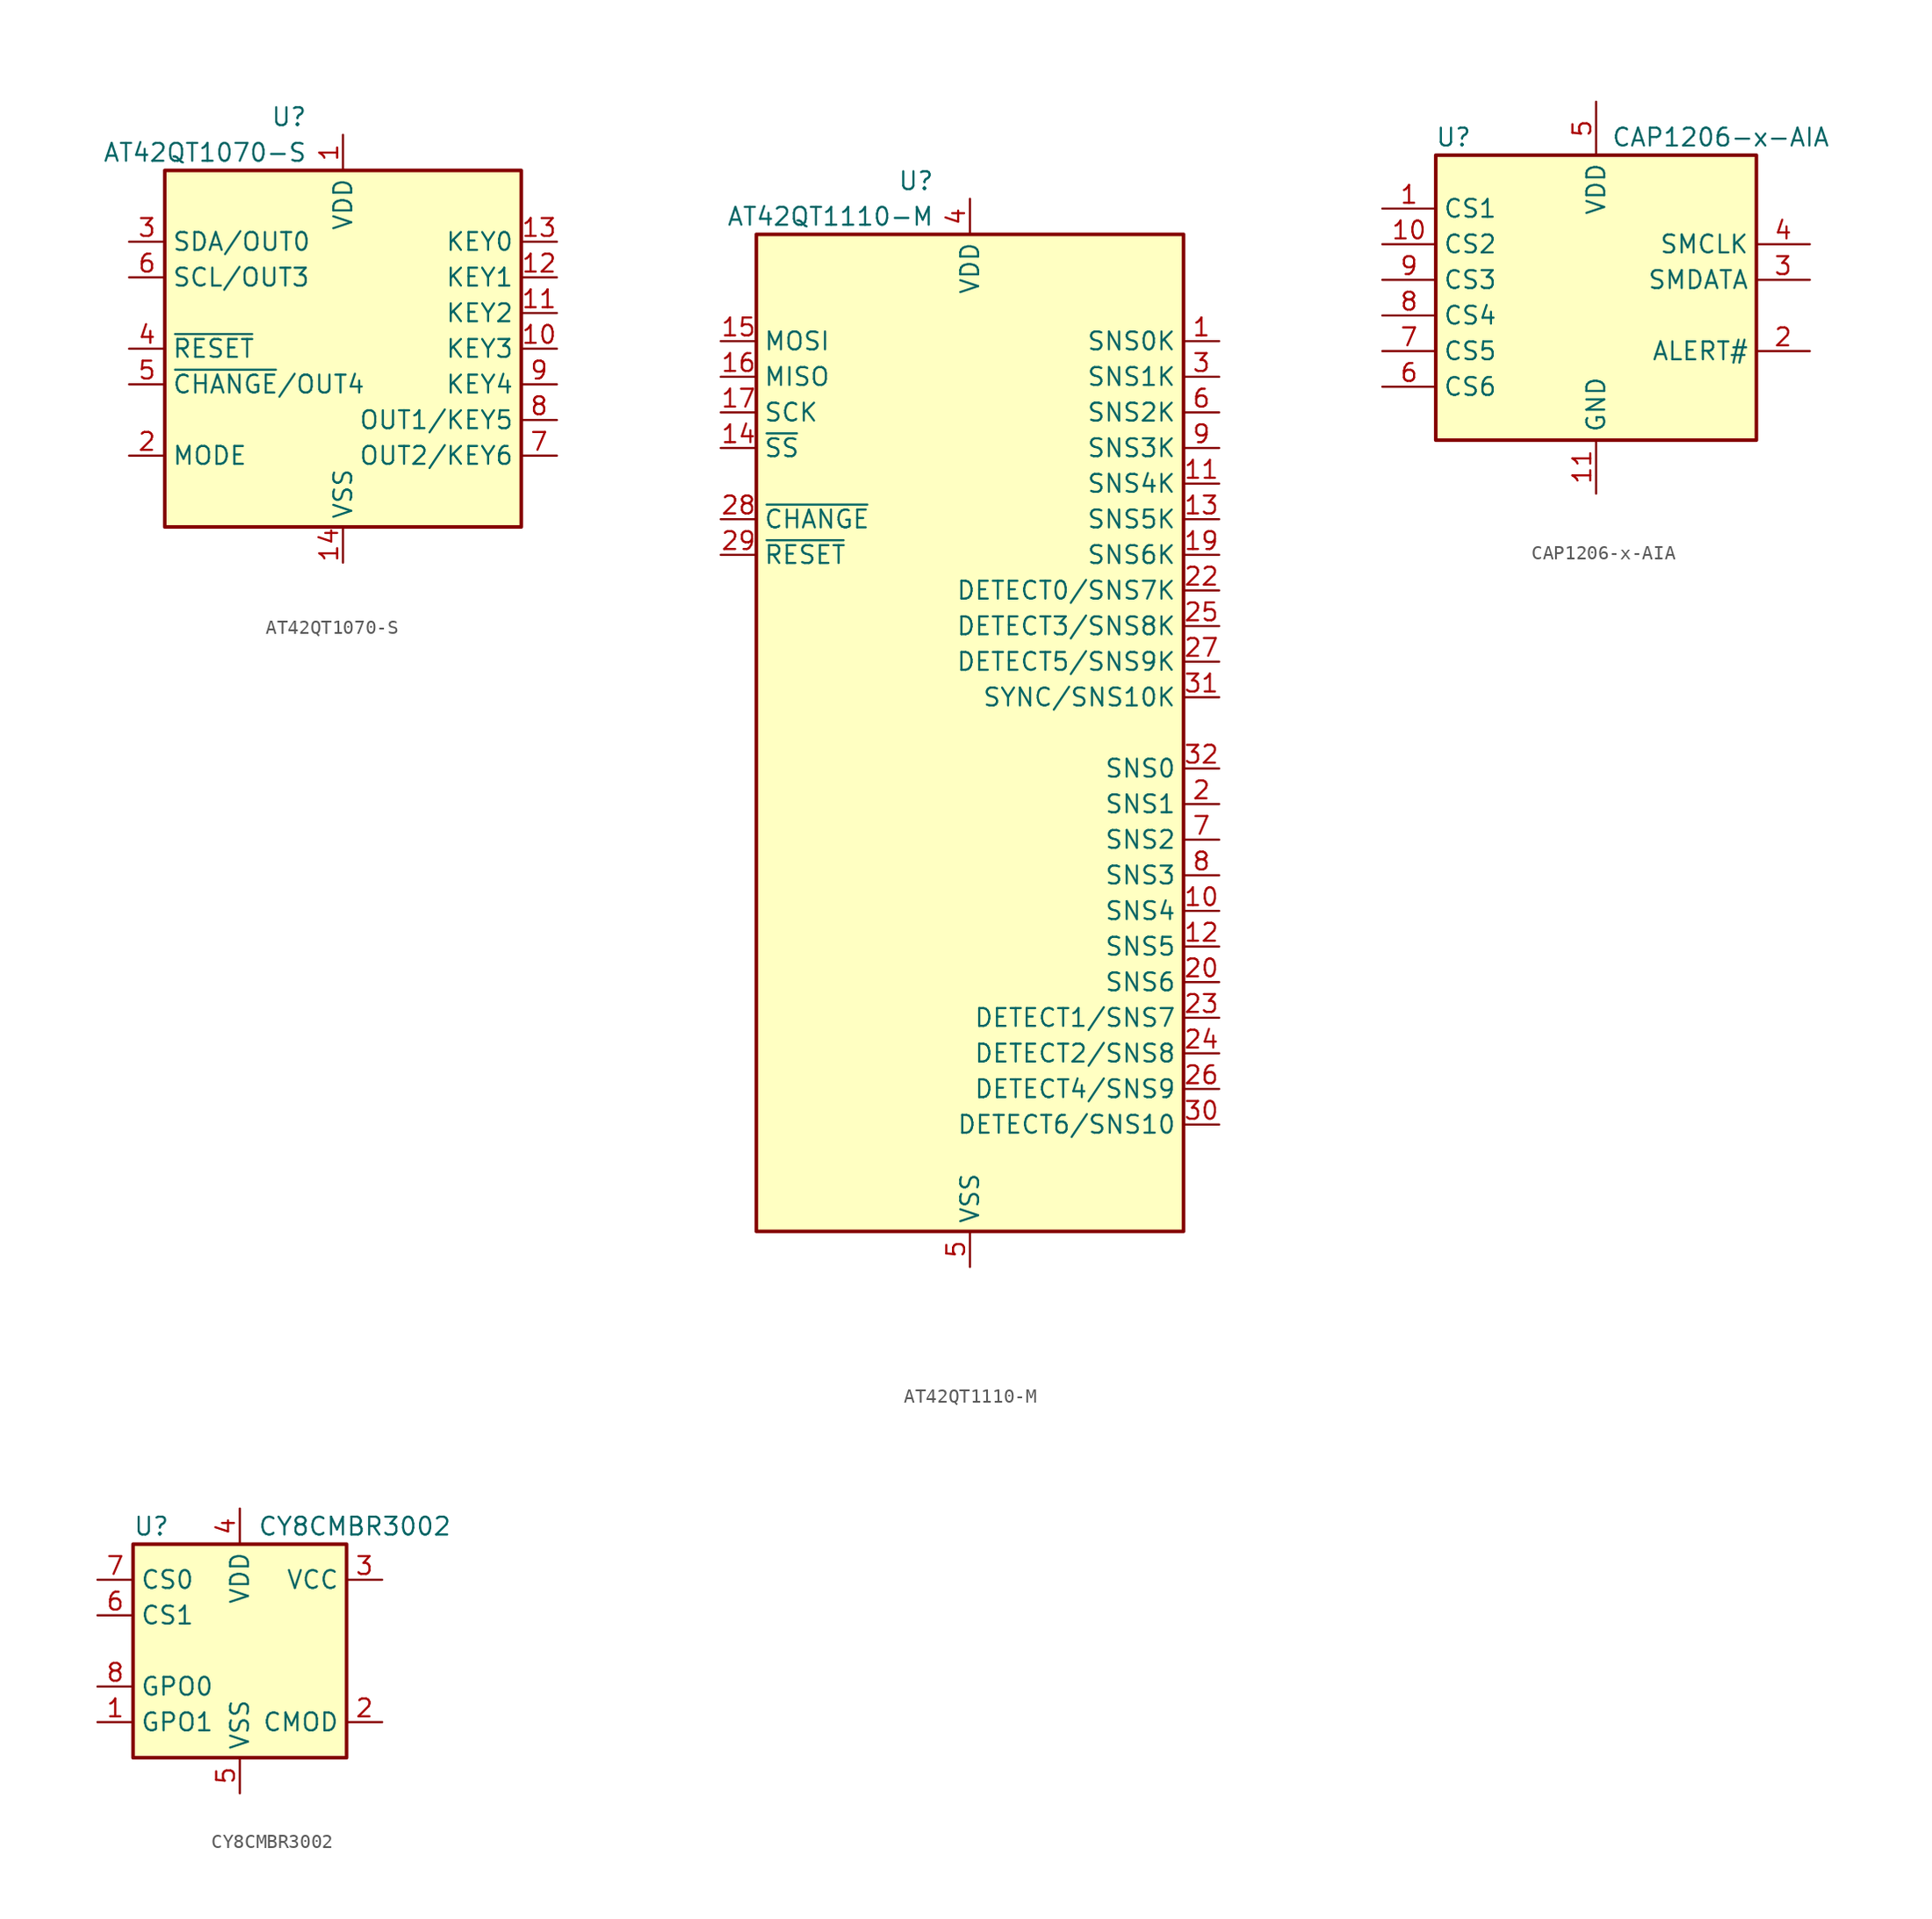
<source format=kicad_sym>
(kicad_symbol_lib
  (version 20220914)
  (generator kicad_symbol_editor)
  (symbol "AT42QT1070-S"
    (property "Reference" "U"
      (at -2.54 16.51 0)
      (effects (font (size 1.27 1.27)) (justify right)))
    (property "Value" "AT42QT1070-S"
      (at -2.54 13.97 0)
      (effects (font (size 1.27 1.27)) (justify right)))
    (symbol "AT42QT1070-S_0_1"
      (rectangle (start -12.7 12.7) (end 12.7 -12.7) (stroke (width 0.254) (type default)) (fill (type background))))
    (symbol "AT42QT1070-S_1_1"
      (pin power_in line (at 0 15.24 270) (length 2.54) (name "VDD" (effects (font (size 1.27 1.27)))) (number "1" (effects (font (size 1.27 1.27)))))
      (pin passive line (at 15.24 0 180) (length 2.54) (name "KEY3" (effects (font (size 1.27 1.27)))) (number "10" (effects (font (size 1.27 1.27)))))
      (pin passive line (at 15.24 2.54 180) (length 2.54) (name "KEY2" (effects (font (size 1.27 1.27)))) (number "11" (effects (font (size 1.27 1.27)))))
      (pin passive line (at 15.24 5.08 180) (length 2.54) (name "KEY1" (effects (font (size 1.27 1.27)))) (number "12" (effects (font (size 1.27 1.27)))))
      (pin passive line (at 15.24 7.62 180) (length 2.54) (name "KEY0" (effects (font (size 1.27 1.27)))) (number "13" (effects (font (size 1.27 1.27)))))
      (pin power_in line (at 0 -15.24 90) (length 2.54) (name "VSS" (effects (font (size 1.27 1.27)))) (number "14" (effects (font (size 1.27 1.27)))))
      (pin input line (at -15.24 -7.62 0) (length 2.54) (name "MODE" (effects (font (size 1.27 1.27)))) (number "2" (effects (font (size 1.27 1.27)))))
      (pin bidirectional line (at -15.24 7.62 0) (length 2.54) (name "SDA/OUT0" (effects (font (size 1.27 1.27)))) (number "3" (effects (font (size 1.27 1.27)))))
      (pin input line (at -15.24 0 0) (length 2.54) (name "~{RESET}" (effects (font (size 1.27 1.27)))) (number "4" (effects (font (size 1.27 1.27)))))
      (pin open_collector line (at -15.24 -2.54 0) (length 2.54) (name "~{CHANGE}/OUT4" (effects (font (size 1.27 1.27)))) (number "5" (effects (font (size 1.27 1.27)))))
      (pin bidirectional line (at -15.24 5.08 0) (length 2.54) (name "SCL/OUT3" (effects (font (size 1.27 1.27)))) (number "6" (effects (font (size 1.27 1.27)))))
      (pin output line (at 15.24 -7.62 180) (length 2.54) (name "OUT2/KEY6" (effects (font (size 1.27 1.27)))) (number "7" (effects (font (size 1.27 1.27)))))
      (pin output line (at 15.24 -5.08 180) (length 2.54) (name "OUT1/KEY5" (effects (font (size 1.27 1.27)))) (number "8" (effects (font (size 1.27 1.27)))))
      (pin passive line (at 15.24 -2.54 180) (length 2.54) (name "KEY4" (effects (font (size 1.27 1.27)))) (number "9" (effects (font (size 1.27 1.27)))))))
  (symbol "AT42QT1110-M"
    (property "Reference" "U"
      (at -2.54 39.37 0)
      (effects (font (size 1.27 1.27)) (justify right)))
    (property "Value" "AT42QT1110-M"
      (at -2.54 36.83 0)
      (effects (font (size 1.27 1.27)) (justify right)))
    (symbol "AT42QT1110-M_0_1"
      (rectangle (start -15.24 35.56) (end 15.24 -35.56) (stroke (width 0.254) (type default)) (fill (type background))))
    (symbol "AT42QT1110-M_1_1"
      (pin passive line (at 17.78 27.94 180) (length 2.54) (name "SNS0K" (effects (font (size 1.27 1.27)))) (number "1" (effects (font (size 1.27 1.27)))))
      (pin passive line (at 17.78 -12.7 180) (length 2.54) (name "SNS4" (effects (font (size 1.27 1.27)))) (number "10" (effects (font (size 1.27 1.27)))))
      (pin passive line (at 17.78 17.78 180) (length 2.54) (name "SNS4K" (effects (font (size 1.27 1.27)))) (number "11" (effects (font (size 1.27 1.27)))))
      (pin passive line (at 17.78 -15.24 180) (length 2.54) (name "SNS5" (effects (font (size 1.27 1.27)))) (number "12" (effects (font (size 1.27 1.27)))))
      (pin passive line (at 17.78 15.24 180) (length 2.54) (name "SNS5K" (effects (font (size 1.27 1.27)))) (number "13" (effects (font (size 1.27 1.27)))))
      (pin input line (at -17.78 20.32 0) (length 2.54) (name "~{SS}" (effects (font (size 1.27 1.27)))) (number "14" (effects (font (size 1.27 1.27)))))
      (pin input line (at -17.78 27.94 0) (length 2.54) (name "MOSI" (effects (font (size 1.27 1.27)))) (number "15" (effects (font (size 1.27 1.27)))))
      (pin output line (at -17.78 25.4 0) (length 2.54) (name "MISO" (effects (font (size 1.27 1.27)))) (number "16" (effects (font (size 1.27 1.27)))))
      (pin input line (at -17.78 22.86 0) (length 2.54) (name "SCK" (effects (font (size 1.27 1.27)))) (number "17" (effects (font (size 1.27 1.27)))))
      (pin passive line (at 0 38.1 270) (length 2.54) hide (name "VDD" (effects (font (size 1.27 1.27)))) (number "18" (effects (font (size 1.27 1.27)))))
      (pin passive line (at 17.78 12.7 180) (length 2.54) (name "SNS6K" (effects (font (size 1.27 1.27)))) (number "19" (effects (font (size 1.27 1.27)))))
      (pin passive line (at 17.78 -5.08 180) (length 2.54) (name "SNS1" (effects (font (size 1.27 1.27)))) (number "2" (effects (font (size 1.27 1.27)))))
      (pin passive line (at 17.78 -17.78 180) (length 2.54) (name "SNS6" (effects (font (size 1.27 1.27)))) (number "20" (effects (font (size 1.27 1.27)))))
      (pin passive line (at 0 -38.1 90) (length 2.54) hide (name "VSS" (effects (font (size 1.27 1.27)))) (number "21" (effects (font (size 1.27 1.27)))))
      (pin bidirectional line (at 17.78 10.16 180) (length 2.54) (name "DETECT0/SNS7K" (effects (font (size 1.27 1.27)))) (number "22" (effects (font (size 1.27 1.27)))))
      (pin bidirectional line (at 17.78 -20.32 180) (length 2.54) (name "DETECT1/SNS7" (effects (font (size 1.27 1.27)))) (number "23" (effects (font (size 1.27 1.27)))))
      (pin bidirectional line (at 17.78 -22.86 180) (length 2.54) (name "DETECT2/SNS8" (effects (font (size 1.27 1.27)))) (number "24" (effects (font (size 1.27 1.27)))))
      (pin bidirectional line (at 17.78 7.62 180) (length 2.54) (name "DETECT3/SNS8K" (effects (font (size 1.27 1.27)))) (number "25" (effects (font (size 1.27 1.27)))))
      (pin bidirectional line (at 17.78 -25.4 180) (length 2.54) (name "DETECT4/SNS9" (effects (font (size 1.27 1.27)))) (number "26" (effects (font (size 1.27 1.27)))))
      (pin bidirectional line (at 17.78 5.08 180) (length 2.54) (name "DETECT5/SNS9K" (effects (font (size 1.27 1.27)))) (number "27" (effects (font (size 1.27 1.27)))))
      (pin open_collector line (at -17.78 15.24 0) (length 2.54) (name "~{CHANGE}" (effects (font (size 1.27 1.27)))) (number "28" (effects (font (size 1.27 1.27)))))
      (pin input line (at -17.78 12.7 0) (length 2.54) (name "~{RESET}" (effects (font (size 1.27 1.27)))) (number "29" (effects (font (size 1.27 1.27)))))
      (pin passive line (at 17.78 25.4 180) (length 2.54) (name "SNS1K" (effects (font (size 1.27 1.27)))) (number "3" (effects (font (size 1.27 1.27)))))
      (pin bidirectional line (at 17.78 -27.94 180) (length 2.54) (name "DETECT6/SNS10" (effects (font (size 1.27 1.27)))) (number "30" (effects (font (size 1.27 1.27)))))
      (pin bidirectional line (at 17.78 2.54 180) (length 2.54) (name "SYNC/SNS10K" (effects (font (size 1.27 1.27)))) (number "31" (effects (font (size 1.27 1.27)))))
      (pin passive line (at 17.78 -2.54 180) (length 2.54) (name "SNS0" (effects (font (size 1.27 1.27)))) (number "32" (effects (font (size 1.27 1.27)))))
      (pin passive line (at 0 -38.1 90) (length 2.54) hide (name "VSS" (effects (font (size 1.27 1.27)))) (number "33" (effects (font (size 1.27 1.27)))))
      (pin power_in line (at 0 38.1 270) (length 2.54) (name "VDD" (effects (font (size 1.27 1.27)))) (number "4" (effects (font (size 1.27 1.27)))))
      (pin power_in line (at 0 -38.1 90) (length 2.54) (name "VSS" (effects (font (size 1.27 1.27)))) (number "5" (effects (font (size 1.27 1.27)))))
      (pin passive line (at 17.78 22.86 180) (length 2.54) (name "SNS2K" (effects (font (size 1.27 1.27)))) (number "6" (effects (font (size 1.27 1.27)))))
      (pin passive line (at 17.78 -7.62 180) (length 2.54) (name "SNS2" (effects (font (size 1.27 1.27)))) (number "7" (effects (font (size 1.27 1.27)))))
      (pin passive line (at 17.78 -10.16 180) (length 2.54) (name "SNS3" (effects (font (size 1.27 1.27)))) (number "8" (effects (font (size 1.27 1.27)))))
      (pin passive line (at 17.78 20.32 180) (length 2.54) (name "SNS3K" (effects (font (size 1.27 1.27)))) (number "9" (effects (font (size 1.27 1.27)))))))
  (symbol "CAP1206-x-AIA"
    (property "Reference" "U"
      (at -10.16 12.7 0)
      (effects (font (size 1.27 1.27))))
    (property "Value" "CAP1206-x-AIA"
      (at 8.89 12.7 0)
      (effects (font (size 1.27 1.27))))
    (symbol "CAP1206-x-AIA_0_1"
      (rectangle (start -11.43 11.43) (end 11.43 -8.89) (stroke (width 0.254) (type default)) (fill (type background))))
    (symbol "CAP1206-x-AIA_1_1"
      (pin passive line (at -15.24 7.62 0) (length 3.81) (name "CS1" (effects (font (size 1.27 1.27)))) (number "1" (effects (font (size 1.27 1.27)))))
      (pin passive line (at -15.24 5.08 0) (length 3.81) (name "CS2" (effects (font (size 1.27 1.27)))) (number "10" (effects (font (size 1.27 1.27)))))
      (pin power_in line (at 0 -12.7 90) (length 3.81) (name "GND" (effects (font (size 1.27 1.27)))) (number "11" (effects (font (size 1.27 1.27)))))
      (pin open_collector line (at 15.24 -2.54 180) (length 3.81) (name "ALERT#" (effects (font (size 1.27 1.27)))) (number "2" (effects (font (size 1.27 1.27)))))
      (pin bidirectional line (at 15.24 2.54 180) (length 3.81) (name "SMDATA" (effects (font (size 1.27 1.27)))) (number "3" (effects (font (size 1.27 1.27)))))
      (pin input line (at 15.24 5.08 180) (length 3.81) (name "SMCLK" (effects (font (size 1.27 1.27)))) (number "4" (effects (font (size 1.27 1.27)))))
      (pin power_in line (at 0 15.24 270) (length 3.81) (name "VDD" (effects (font (size 1.27 1.27)))) (number "5" (effects (font (size 1.27 1.27)))))
      (pin passive line (at -15.24 -5.08 0) (length 3.81) (name "CS6" (effects (font (size 1.27 1.27)))) (number "6" (effects (font (size 1.27 1.27)))))
      (pin passive line (at -15.24 -2.54 0) (length 3.81) (name "CS5" (effects (font (size 1.27 1.27)))) (number "7" (effects (font (size 1.27 1.27)))))
      (pin passive line (at -15.24 0 0) (length 3.81) (name "CS4" (effects (font (size 1.27 1.27)))) (number "8" (effects (font (size 1.27 1.27)))))
      (pin passive line (at -15.24 2.54 0) (length 3.81) (name "CS3" (effects (font (size 1.27 1.27)))) (number "9" (effects (font (size 1.27 1.27)))))))
  (symbol "CY8CMBR3002"
    (property "Reference" "U"
      (at -7.62 8.89 0)
      (effects (font (size 1.27 1.27)) (justify left)))
    (property "Value" "CY8CMBR3002"
      (at 1.27 8.89 0)
      (effects (font (size 1.27 1.27)) (justify left)))
    (symbol "CY8CMBR3002_0_1"
      (rectangle (start -7.62 7.62) (end 7.62 -7.62) (stroke (width 0.254) (type default)) (fill (type background))))
    (symbol "CY8CMBR3002_1_1"
      (pin output line (at -10.16 -5.08 0) (length 2.54) (name "GPO1" (effects (font (size 1.27 1.27)))) (number "1" (effects (font (size 1.27 1.27)))))
      (pin passive line (at 10.16 -5.08 180) (length 2.54) (name "CMOD" (effects (font (size 1.27 1.27)))) (number "2" (effects (font (size 1.27 1.27)))))
      (pin passive line (at 10.16 5.08 180) (length 2.54) (name "VCC" (effects (font (size 1.27 1.27)))) (number "3" (effects (font (size 1.27 1.27)))))
      (pin power_in line (at 0 10.16 270) (length 2.54) (name "VDD" (effects (font (size 1.27 1.27)))) (number "4" (effects (font (size 1.27 1.27)))))
      (pin power_in line (at 0 -10.16 90) (length 2.54) (name "VSS" (effects (font (size 1.27 1.27)))) (number "5" (effects (font (size 1.27 1.27)))))
      (pin passive line (at -10.16 2.54 0) (length 2.54) (name "CS1" (effects (font (size 1.27 1.27)))) (number "6" (effects (font (size 1.27 1.27)))))
      (pin passive line (at -10.16 5.08 0) (length 2.54) (name "CS0" (effects (font (size 1.27 1.27)))) (number "7" (effects (font (size 1.27 1.27)))))
      (pin output line (at -10.16 -2.54 0) (length 2.54) (name "GPO0" (effects (font (size 1.27 1.27)))) (number "8" (effects (font (size 1.27 1.27))))))))
</source>
